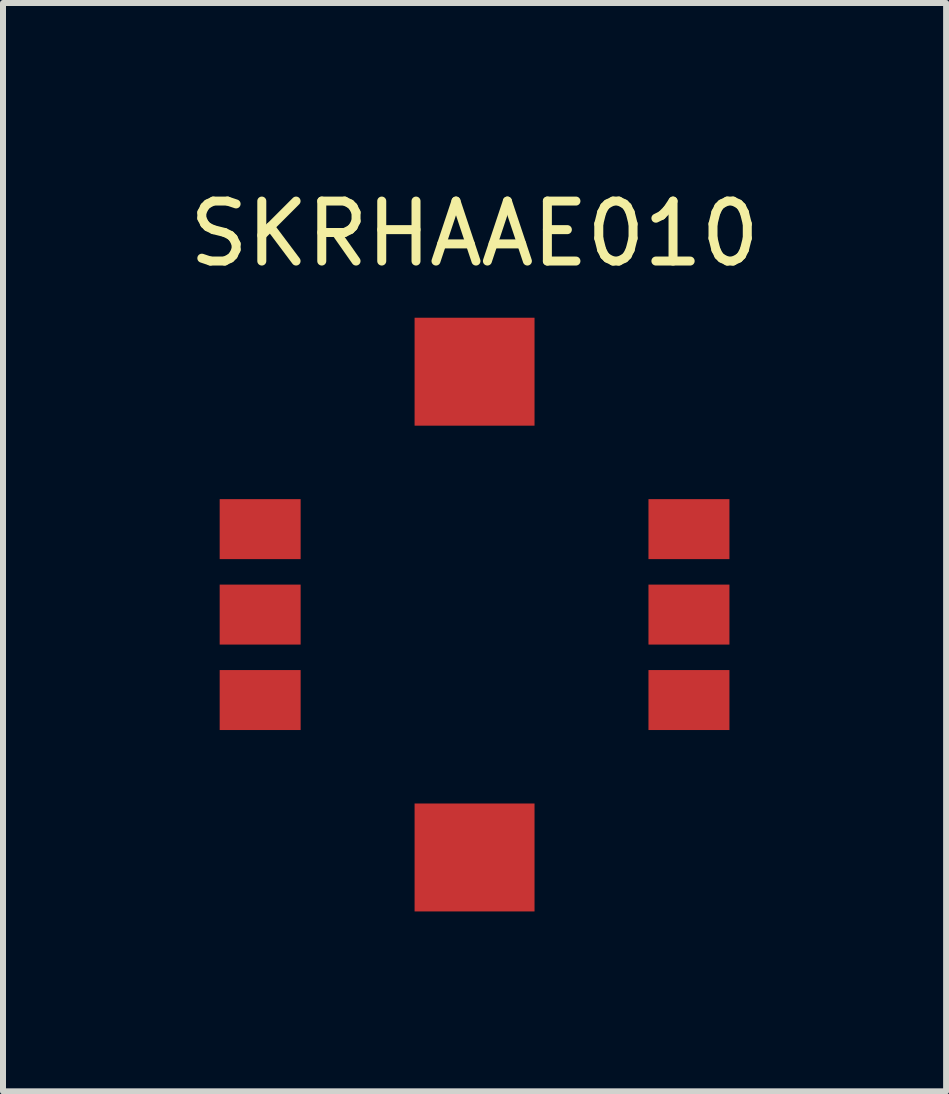
<source format=kicad_pcb>
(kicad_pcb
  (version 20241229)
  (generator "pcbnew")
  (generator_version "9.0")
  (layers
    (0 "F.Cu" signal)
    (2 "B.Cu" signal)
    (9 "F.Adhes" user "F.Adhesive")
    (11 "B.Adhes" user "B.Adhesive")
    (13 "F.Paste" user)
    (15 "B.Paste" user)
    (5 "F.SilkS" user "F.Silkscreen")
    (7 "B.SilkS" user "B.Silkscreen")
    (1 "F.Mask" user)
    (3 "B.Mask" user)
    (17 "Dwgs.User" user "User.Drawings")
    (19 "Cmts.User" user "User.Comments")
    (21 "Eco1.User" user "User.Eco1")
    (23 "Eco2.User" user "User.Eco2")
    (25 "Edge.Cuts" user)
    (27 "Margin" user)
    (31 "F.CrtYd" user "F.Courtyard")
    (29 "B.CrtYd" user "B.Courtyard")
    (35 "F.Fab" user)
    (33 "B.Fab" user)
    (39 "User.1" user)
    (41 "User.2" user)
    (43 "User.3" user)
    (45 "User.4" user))
  (footprint "SKRHAAE010"
    (layer "F.Cu")
    (at 4.863 7.198)
    (property "Reference" "SKRHAAE010" (at 0 -6.35 0) (layer "F.SilkS") (effects (font (size 1 1) (thickness 0.15))))
    (attr through_hole)
    (pad "" smd rect (at 0 -4.05) (size 2 1.8) (layers "F.Cu" "F.Mask" "F.Paste"))
    (pad "" smd rect (at 0 4.05) (size 2 1.8) (layers "F.Cu" "F.Mask" "F.Paste"))
    (pad "1" smd rect (at -3.575 -1.425) (size 1.35 1) (layers "F.Cu" "F.Mask" "F.Paste"))
    (pad "2" smd rect (at -3.575 0) (size 1.35 1) (layers "F.Cu" "F.Mask" "F.Paste"))
    (pad "3" smd rect (at -3.575 1.425) (size 1.35 1) (layers "F.Cu" "F.Mask" "F.Paste"))
    (pad "4" smd rect (at 3.575 -1.425) (size 1.35 1) (layers "F.Cu" "F.Mask" "F.Paste"))
    (pad "5" smd rect (at 3.575 0) (size 1.35 1) (layers "F.Cu" "F.Mask" "F.Paste"))
    (pad "6" smd rect (at 3.575 1.425) (size 1.35 1) (layers "F.Cu" "F.Mask" "F.Paste")))
  (gr_rect
    (start -3 -3)
    (end 12.726 15.148)
    (stroke (width 0.1) (type default))
    (fill no)
    (layer "Edge.Cuts")))
</source>
